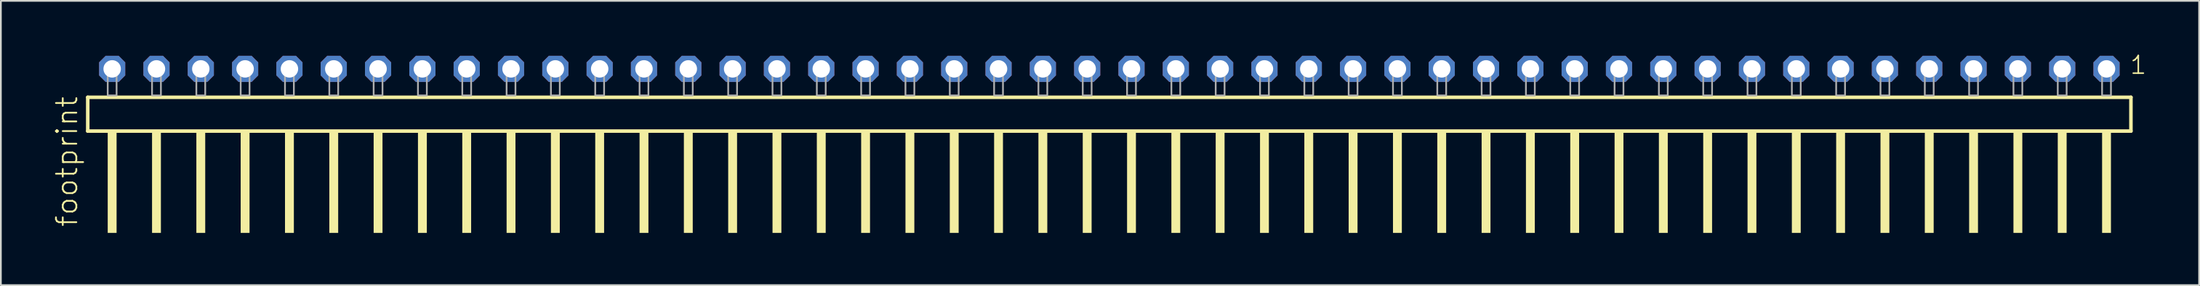
<source format=kicad_pcb>
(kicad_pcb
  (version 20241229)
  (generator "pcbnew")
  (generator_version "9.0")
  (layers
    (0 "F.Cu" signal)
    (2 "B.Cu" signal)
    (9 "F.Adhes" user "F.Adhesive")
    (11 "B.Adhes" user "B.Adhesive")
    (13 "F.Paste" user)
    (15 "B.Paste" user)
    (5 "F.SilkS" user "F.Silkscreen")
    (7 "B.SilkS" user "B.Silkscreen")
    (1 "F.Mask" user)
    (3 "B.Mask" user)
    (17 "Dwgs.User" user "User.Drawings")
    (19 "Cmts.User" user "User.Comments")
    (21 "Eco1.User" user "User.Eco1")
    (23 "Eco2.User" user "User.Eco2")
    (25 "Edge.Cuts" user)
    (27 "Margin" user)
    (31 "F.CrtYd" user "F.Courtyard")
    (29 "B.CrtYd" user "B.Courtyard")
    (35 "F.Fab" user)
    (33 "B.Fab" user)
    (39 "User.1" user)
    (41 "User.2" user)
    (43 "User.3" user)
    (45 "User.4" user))
  (footprint "footprint"
    (layer "F.Cu")
    (at 60.528 2.428)
    (property "Reference" "footprint" (at -59.055 7.62 90) (layer "F.SilkS") (effects (font (size 1.168 1.168) (thickness 0.102)) (justify left bottom)))
    (fp_line (start -58.549 0.106) (end -58.549 2.046) (stroke (width 0.203) (type solid)) (layer "F.SilkS"))
    (fp_line (start -58.549 2.046) (end 58.549 2.046) (stroke (width 0.203) (type solid)) (layer "F.SilkS"))
    (fp_line (start 58.549 0.106) (end -58.549 0.106) (stroke (width 0.203) (type solid)) (layer "F.SilkS"))
    (fp_line (start 58.549 2.046) (end 58.549 0.106) (stroke (width 0.203) (type solid)) (layer "F.SilkS"))
    (fp_poly (pts (xy -57.404 7.89) (xy -56.896 7.89) (xy -56.896 2.04) (xy -57.404 2.04)) (stroke (width 0) (type solid)) (fill yes) (layer "F.SilkS"))
    (fp_poly (pts (xy -54.864 7.89) (xy -54.356 7.89) (xy -54.356 2.04) (xy -54.864 2.04)) (stroke (width 0) (type solid)) (fill yes) (layer "F.SilkS"))
    (fp_poly (pts (xy -52.324 7.89) (xy -51.816 7.89) (xy -51.816 2.04) (xy -52.324 2.04)) (stroke (width 0) (type solid)) (fill yes) (layer "F.SilkS"))
    (fp_poly (pts (xy -49.784 7.89) (xy -49.276 7.89) (xy -49.276 2.04) (xy -49.784 2.04)) (stroke (width 0) (type solid)) (fill yes) (layer "F.SilkS"))
    (fp_poly (pts (xy -47.244 7.89) (xy -46.736 7.89) (xy -46.736 2.04) (xy -47.244 2.04)) (stroke (width 0) (type solid)) (fill yes) (layer "F.SilkS"))
    (fp_poly (pts (xy -44.704 7.89) (xy -44.196 7.89) (xy -44.196 2.04) (xy -44.704 2.04)) (stroke (width 0) (type solid)) (fill yes) (layer "F.SilkS"))
    (fp_poly (pts (xy -42.164 7.89) (xy -41.656 7.89) (xy -41.656 2.04) (xy -42.164 2.04)) (stroke (width 0) (type solid)) (fill yes) (layer "F.SilkS"))
    (fp_poly (pts (xy -39.624 7.89) (xy -39.116 7.89) (xy -39.116 2.04) (xy -39.624 2.04)) (stroke (width 0) (type solid)) (fill yes) (layer "F.SilkS"))
    (fp_poly (pts (xy -37.084 7.89) (xy -36.576 7.89) (xy -36.576 2.04) (xy -37.084 2.04)) (stroke (width 0) (type solid)) (fill yes) (layer "F.SilkS"))
    (fp_poly (pts (xy -34.544 7.89) (xy -34.036 7.89) (xy -34.036 2.04) (xy -34.544 2.04)) (stroke (width 0) (type solid)) (fill yes) (layer "F.SilkS"))
    (fp_poly (pts (xy -32.004 7.89) (xy -31.496 7.89) (xy -31.496 2.04) (xy -32.004 2.04)) (stroke (width 0) (type solid)) (fill yes) (layer "F.SilkS"))
    (fp_poly (pts (xy -29.464 7.89) (xy -28.956 7.89) (xy -28.956 2.04) (xy -29.464 2.04)) (stroke (width 0) (type solid)) (fill yes) (layer "F.SilkS"))
    (fp_poly (pts (xy -26.924 7.89) (xy -26.416 7.89) (xy -26.416 2.04) (xy -26.924 2.04)) (stroke (width 0) (type solid)) (fill yes) (layer "F.SilkS"))
    (fp_poly (pts (xy -24.384 7.89) (xy -23.876 7.89) (xy -23.876 2.04) (xy -24.384 2.04)) (stroke (width 0) (type solid)) (fill yes) (layer "F.SilkS"))
    (fp_poly (pts (xy -21.844 7.89) (xy -21.336 7.89) (xy -21.336 2.04) (xy -21.844 2.04)) (stroke (width 0) (type solid)) (fill yes) (layer "F.SilkS"))
    (fp_poly (pts (xy -19.304 7.89) (xy -18.796 7.89) (xy -18.796 2.04) (xy -19.304 2.04)) (stroke (width 0) (type solid)) (fill yes) (layer "F.SilkS"))
    (fp_poly (pts (xy -16.764 7.89) (xy -16.256 7.89) (xy -16.256 2.04) (xy -16.764 2.04)) (stroke (width 0) (type solid)) (fill yes) (layer "F.SilkS"))
    (fp_poly (pts (xy -14.224 7.89) (xy -13.716 7.89) (xy -13.716 2.04) (xy -14.224 2.04)) (stroke (width 0) (type solid)) (fill yes) (layer "F.SilkS"))
    (fp_poly (pts (xy -11.684 7.89) (xy -11.176 7.89) (xy -11.176 2.04) (xy -11.684 2.04)) (stroke (width 0) (type solid)) (fill yes) (layer "F.SilkS"))
    (fp_poly (pts (xy -9.144 7.89) (xy -8.636 7.89) (xy -8.636 2.04) (xy -9.144 2.04)) (stroke (width 0) (type solid)) (fill yes) (layer "F.SilkS"))
    (fp_poly (pts (xy -6.604 7.89) (xy -6.096 7.89) (xy -6.096 2.04) (xy -6.604 2.04)) (stroke (width 0) (type solid)) (fill yes) (layer "F.SilkS"))
    (fp_poly (pts (xy -4.064 7.89) (xy -3.556 7.89) (xy -3.556 2.04) (xy -4.064 2.04)) (stroke (width 0) (type solid)) (fill yes) (layer "F.SilkS"))
    (fp_poly (pts (xy -1.524 7.89) (xy -1.016 7.89) (xy -1.016 2.04) (xy -1.524 2.04)) (stroke (width 0) (type solid)) (fill yes) (layer "F.SilkS"))
    (fp_poly (pts (xy 1.016 7.89) (xy 1.524 7.89) (xy 1.524 2.04) (xy 1.016 2.04)) (stroke (width 0) (type solid)) (fill yes) (layer "F.SilkS"))
    (fp_poly (pts (xy 3.556 7.89) (xy 4.064 7.89) (xy 4.064 2.04) (xy 3.556 2.04)) (stroke (width 0) (type solid)) (fill yes) (layer "F.SilkS"))
    (fp_poly (pts (xy 6.096 7.89) (xy 6.604 7.89) (xy 6.604 2.04) (xy 6.096 2.04)) (stroke (width 0) (type solid)) (fill yes) (layer "F.SilkS"))
    (fp_poly (pts (xy 8.636 7.89) (xy 9.144 7.89) (xy 9.144 2.04) (xy 8.636 2.04)) (stroke (width 0) (type solid)) (fill yes) (layer "F.SilkS"))
    (fp_poly (pts (xy 11.176 7.89) (xy 11.684 7.89) (xy 11.684 2.04) (xy 11.176 2.04)) (stroke (width 0) (type solid)) (fill yes) (layer "F.SilkS"))
    (fp_poly (pts (xy 13.716 7.89) (xy 14.224 7.89) (xy 14.224 2.04) (xy 13.716 2.04)) (stroke (width 0) (type solid)) (fill yes) (layer "F.SilkS"))
    (fp_poly (pts (xy 16.256 7.89) (xy 16.764 7.89) (xy 16.764 2.04) (xy 16.256 2.04)) (stroke (width 0) (type solid)) (fill yes) (layer "F.SilkS"))
    (fp_poly (pts (xy 18.796 7.89) (xy 19.304 7.89) (xy 19.304 2.04) (xy 18.796 2.04)) (stroke (width 0) (type solid)) (fill yes) (layer "F.SilkS"))
    (fp_poly (pts (xy 21.336 7.89) (xy 21.844 7.89) (xy 21.844 2.04) (xy 21.336 2.04)) (stroke (width 0) (type solid)) (fill yes) (layer "F.SilkS"))
    (fp_poly (pts (xy 23.876 7.89) (xy 24.384 7.89) (xy 24.384 2.04) (xy 23.876 2.04)) (stroke (width 0) (type solid)) (fill yes) (layer "F.SilkS"))
    (fp_poly (pts (xy 26.416 7.89) (xy 26.924 7.89) (xy 26.924 2.04) (xy 26.416 2.04)) (stroke (width 0) (type solid)) (fill yes) (layer "F.SilkS"))
    (fp_poly (pts (xy 28.956 7.89) (xy 29.464 7.89) (xy 29.464 2.04) (xy 28.956 2.04)) (stroke (width 0) (type solid)) (fill yes) (layer "F.SilkS"))
    (fp_poly (pts (xy 31.496 7.89) (xy 32.004 7.89) (xy 32.004 2.04) (xy 31.496 2.04)) (stroke (width 0) (type solid)) (fill yes) (layer "F.SilkS"))
    (fp_poly (pts (xy 34.036 7.89) (xy 34.544 7.89) (xy 34.544 2.04) (xy 34.036 2.04)) (stroke (width 0) (type solid)) (fill yes) (layer "F.SilkS"))
    (fp_poly (pts (xy 36.576 7.89) (xy 37.084 7.89) (xy 37.084 2.04) (xy 36.576 2.04)) (stroke (width 0) (type solid)) (fill yes) (layer "F.SilkS"))
    (fp_poly (pts (xy 39.116 7.89) (xy 39.624 7.89) (xy 39.624 2.04) (xy 39.116 2.04)) (stroke (width 0) (type solid)) (fill yes) (layer "F.SilkS"))
    (fp_poly (pts (xy 41.656 7.89) (xy 42.164 7.89) (xy 42.164 2.04) (xy 41.656 2.04)) (stroke (width 0) (type solid)) (fill yes) (layer "F.SilkS"))
    (fp_poly (pts (xy 44.196 7.89) (xy 44.704 7.89) (xy 44.704 2.04) (xy 44.196 2.04)) (stroke (width 0) (type solid)) (fill yes) (layer "F.SilkS"))
    (fp_poly (pts (xy 46.736 7.89) (xy 47.244 7.89) (xy 47.244 2.04) (xy 46.736 2.04)) (stroke (width 0) (type solid)) (fill yes) (layer "F.SilkS"))
    (fp_poly (pts (xy 49.276 7.89) (xy 49.784 7.89) (xy 49.784 2.04) (xy 49.276 2.04)) (stroke (width 0) (type solid)) (fill yes) (layer "F.SilkS"))
    (fp_poly (pts (xy 51.816 7.89) (xy 52.324 7.89) (xy 52.324 2.04) (xy 51.816 2.04)) (stroke (width 0) (type solid)) (fill yes) (layer "F.SilkS"))
    (fp_poly (pts (xy 54.356 7.89) (xy 54.864 7.89) (xy 54.864 2.04) (xy 54.356 2.04)) (stroke (width 0) (type solid)) (fill yes) (layer "F.SilkS"))
    (fp_poly (pts (xy 56.896 7.89) (xy 57.404 7.89) (xy 57.404 2.04) (xy 56.896 2.04)) (stroke (width 0) (type solid)) (fill yes) (layer "F.SilkS"))
    (fp_poly (pts (xy -57.404 0) (xy -56.896 0) (xy -56.896 -1.778) (xy -57.404 -1.778)) (stroke (width 0.1) (type solid)) (fill no) (layer "F.Fab"))
    (fp_poly (pts (xy -54.864 0) (xy -54.356 0) (xy -54.356 -1.778) (xy -54.864 -1.778)) (stroke (width 0.1) (type solid)) (fill no) (layer "F.Fab"))
    (fp_poly (pts (xy -52.324 0) (xy -51.816 0) (xy -51.816 -1.778) (xy -52.324 -1.778)) (stroke (width 0.1) (type solid)) (fill no) (layer "F.Fab"))
    (fp_poly (pts (xy -49.784 0) (xy -49.276 0) (xy -49.276 -1.778) (xy -49.784 -1.778)) (stroke (width 0.1) (type solid)) (fill no) (layer "F.Fab"))
    (fp_poly (pts (xy -47.244 0) (xy -46.736 0) (xy -46.736 -1.778) (xy -47.244 -1.778)) (stroke (width 0.1) (type solid)) (fill no) (layer "F.Fab"))
    (fp_poly (pts (xy -44.704 0) (xy -44.196 0) (xy -44.196 -1.778) (xy -44.704 -1.778)) (stroke (width 0.1) (type solid)) (fill no) (layer "F.Fab"))
    (fp_poly (pts (xy -42.164 0) (xy -41.656 0) (xy -41.656 -1.778) (xy -42.164 -1.778)) (stroke (width 0.1) (type solid)) (fill no) (layer "F.Fab"))
    (fp_poly (pts (xy -39.624 0) (xy -39.116 0) (xy -39.116 -1.778) (xy -39.624 -1.778)) (stroke (width 0.1) (type solid)) (fill no) (layer "F.Fab"))
    (fp_poly (pts (xy -37.084 0) (xy -36.576 0) (xy -36.576 -1.778) (xy -37.084 -1.778)) (stroke (width 0.1) (type solid)) (fill no) (layer "F.Fab"))
    (fp_poly (pts (xy -34.544 0) (xy -34.036 0) (xy -34.036 -1.778) (xy -34.544 -1.778)) (stroke (width 0.1) (type solid)) (fill no) (layer "F.Fab"))
    (fp_poly (pts (xy -32.004 0) (xy -31.496 0) (xy -31.496 -1.778) (xy -32.004 -1.778)) (stroke (width 0.1) (type solid)) (fill no) (layer "F.Fab"))
    (fp_poly (pts (xy -29.464 0) (xy -28.956 0) (xy -28.956 -1.778) (xy -29.464 -1.778)) (stroke (width 0.1) (type solid)) (fill no) (layer "F.Fab"))
    (fp_poly (pts (xy -26.924 0) (xy -26.416 0) (xy -26.416 -1.778) (xy -26.924 -1.778)) (stroke (width 0.1) (type solid)) (fill no) (layer "F.Fab"))
    (fp_poly (pts (xy -24.384 0) (xy -23.876 0) (xy -23.876 -1.778) (xy -24.384 -1.778)) (stroke (width 0.1) (type solid)) (fill no) (layer "F.Fab"))
    (fp_poly (pts (xy -21.844 0) (xy -21.336 0) (xy -21.336 -1.778) (xy -21.844 -1.778)) (stroke (width 0.1) (type solid)) (fill no) (layer "F.Fab"))
    (fp_poly (pts (xy -19.304 0) (xy -18.796 0) (xy -18.796 -1.778) (xy -19.304 -1.778)) (stroke (width 0.1) (type solid)) (fill no) (layer "F.Fab"))
    (fp_poly (pts (xy -16.764 0) (xy -16.256 0) (xy -16.256 -1.778) (xy -16.764 -1.778)) (stroke (width 0.1) (type solid)) (fill no) (layer "F.Fab"))
    (fp_poly (pts (xy -14.224 0) (xy -13.716 0) (xy -13.716 -1.778) (xy -14.224 -1.778)) (stroke (width 0.1) (type solid)) (fill no) (layer "F.Fab"))
    (fp_poly (pts (xy -11.684 0) (xy -11.176 0) (xy -11.176 -1.778) (xy -11.684 -1.778)) (stroke (width 0.1) (type solid)) (fill no) (layer "F.Fab"))
    (fp_poly (pts (xy -9.144 0) (xy -8.636 0) (xy -8.636 -1.778) (xy -9.144 -1.778)) (stroke (width 0.1) (type solid)) (fill no) (layer "F.Fab"))
    (fp_poly (pts (xy -6.604 0) (xy -6.096 0) (xy -6.096 -1.778) (xy -6.604 -1.778)) (stroke (width 0.1) (type solid)) (fill no) (layer "F.Fab"))
    (fp_poly (pts (xy -4.064 0) (xy -3.556 0) (xy -3.556 -1.778) (xy -4.064 -1.778)) (stroke (width 0.1) (type solid)) (fill no) (layer "F.Fab"))
    (fp_poly (pts (xy -1.524 0) (xy -1.016 0) (xy -1.016 -1.778) (xy -1.524 -1.778)) (stroke (width 0.1) (type solid)) (fill no) (layer "F.Fab"))
    (fp_poly (pts (xy 1.016 0) (xy 1.524 0) (xy 1.524 -1.778) (xy 1.016 -1.778)) (stroke (width 0.1) (type solid)) (fill no) (layer "F.Fab"))
    (fp_poly (pts (xy 3.556 0) (xy 4.064 0) (xy 4.064 -1.778) (xy 3.556 -1.778)) (stroke (width 0.1) (type solid)) (fill no) (layer "F.Fab"))
    (fp_poly (pts (xy 6.096 0) (xy 6.604 0) (xy 6.604 -1.778) (xy 6.096 -1.778)) (stroke (width 0.1) (type solid)) (fill no) (layer "F.Fab"))
    (fp_poly (pts (xy 8.636 0) (xy 9.144 0) (xy 9.144 -1.778) (xy 8.636 -1.778)) (stroke (width 0.1) (type solid)) (fill no) (layer "F.Fab"))
    (fp_poly (pts (xy 11.176 0) (xy 11.684 0) (xy 11.684 -1.778) (xy 11.176 -1.778)) (stroke (width 0.1) (type solid)) (fill no) (layer "F.Fab"))
    (fp_poly (pts (xy 13.716 0) (xy 14.224 0) (xy 14.224 -1.778) (xy 13.716 -1.778)) (stroke (width 0.1) (type solid)) (fill no) (layer "F.Fab"))
    (fp_poly (pts (xy 16.256 0) (xy 16.764 0) (xy 16.764 -1.778) (xy 16.256 -1.778)) (stroke (width 0.1) (type solid)) (fill no) (layer "F.Fab"))
    (fp_poly (pts (xy 18.796 0) (xy 19.304 0) (xy 19.304 -1.778) (xy 18.796 -1.778)) (stroke (width 0.1) (type solid)) (fill no) (layer "F.Fab"))
    (fp_poly (pts (xy 21.336 0) (xy 21.844 0) (xy 21.844 -1.778) (xy 21.336 -1.778)) (stroke (width 0.1) (type solid)) (fill no) (layer "F.Fab"))
    (fp_poly (pts (xy 23.876 0) (xy 24.384 0) (xy 24.384 -1.778) (xy 23.876 -1.778)) (stroke (width 0.1) (type solid)) (fill no) (layer "F.Fab"))
    (fp_poly (pts (xy 26.416 0) (xy 26.924 0) (xy 26.924 -1.778) (xy 26.416 -1.778)) (stroke (width 0.1) (type solid)) (fill no) (layer "F.Fab"))
    (fp_poly (pts (xy 28.956 0) (xy 29.464 0) (xy 29.464 -1.778) (xy 28.956 -1.778)) (stroke (width 0.1) (type solid)) (fill no) (layer "F.Fab"))
    (fp_poly (pts (xy 31.496 0) (xy 32.004 0) (xy 32.004 -1.778) (xy 31.496 -1.778)) (stroke (width 0.1) (type solid)) (fill no) (layer "F.Fab"))
    (fp_poly (pts (xy 34.036 0) (xy 34.544 0) (xy 34.544 -1.778) (xy 34.036 -1.778)) (stroke (width 0.1) (type solid)) (fill no) (layer "F.Fab"))
    (fp_poly (pts (xy 36.576 0) (xy 37.084 0) (xy 37.084 -1.778) (xy 36.576 -1.778)) (stroke (width 0.1) (type solid)) (fill no) (layer "F.Fab"))
    (fp_poly (pts (xy 39.116 0) (xy 39.624 0) (xy 39.624 -1.778) (xy 39.116 -1.778)) (stroke (width 0.1) (type solid)) (fill no) (layer "F.Fab"))
    (fp_poly (pts (xy 41.656 0) (xy 42.164 0) (xy 42.164 -1.778) (xy 41.656 -1.778)) (stroke (width 0.1) (type solid)) (fill no) (layer "F.Fab"))
    (fp_poly (pts (xy 44.196 0) (xy 44.704 0) (xy 44.704 -1.778) (xy 44.196 -1.778)) (stroke (width 0.1) (type solid)) (fill no) (layer "F.Fab"))
    (fp_poly (pts (xy 46.736 0) (xy 47.244 0) (xy 47.244 -1.778) (xy 46.736 -1.778)) (stroke (width 0.1) (type solid)) (fill no) (layer "F.Fab"))
    (fp_poly (pts (xy 49.276 0) (xy 49.784 0) (xy 49.784 -1.778) (xy 49.276 -1.778)) (stroke (width 0.1) (type solid)) (fill no) (layer "F.Fab"))
    (fp_poly (pts (xy 51.816 0) (xy 52.324 0) (xy 52.324 -1.778) (xy 51.816 -1.778)) (stroke (width 0.1) (type solid)) (fill no) (layer "F.Fab"))
    (fp_poly (pts (xy 54.356 0) (xy 54.864 0) (xy 54.864 -1.778) (xy 54.356 -1.778)) (stroke (width 0.1) (type solid)) (fill no) (layer "F.Fab"))
    (fp_poly (pts (xy 56.896 0) (xy 57.404 0) (xy 57.404 -1.778) (xy 56.896 -1.778)) (stroke (width 0.1) (type solid)) (fill no) (layer "F.Fab"))
    (fp_text user "1" (at 58.432 -1.152 0) (layer "F.SilkS") (effects (font (size 1.012 1.012) (thickness 0.088)) (justify left bottom)))
    (pad "1" thru_hole roundrect (at 57.15 -1.524 180) (size 1.5 1.5) (drill 1) (layers "*.Cu" "*.Mask") (roundrect_rratio 0.25) (chamfer_ratio 0.25) (chamfer top_left top_right bottom_left bottom_right))
    (pad "2" thru_hole roundrect (at 54.61 -1.524 180) (size 1.5 1.5) (drill 1) (layers "*.Cu" "*.Mask") (roundrect_rratio 0.25) (chamfer_ratio 0.25) (chamfer top_left top_right bottom_left bottom_right))
    (pad "3" thru_hole roundrect (at 52.07 -1.524 180) (size 1.5 1.5) (drill 1) (layers "*.Cu" "*.Mask") (roundrect_rratio 0.25) (chamfer_ratio 0.25) (chamfer top_left top_right bottom_left bottom_right))
    (pad "4" thru_hole roundrect (at 49.53 -1.524 180) (size 1.5 1.5) (drill 1) (layers "*.Cu" "*.Mask") (roundrect_rratio 0.25) (chamfer_ratio 0.25) (chamfer top_left top_right bottom_left bottom_right))
    (pad "5" thru_hole roundrect (at 46.99 -1.524 180) (size 1.5 1.5) (drill 1) (layers "*.Cu" "*.Mask") (roundrect_rratio 0.25) (chamfer_ratio 0.25) (chamfer top_left top_right bottom_left bottom_right))
    (pad "6" thru_hole roundrect (at 44.45 -1.524 180) (size 1.5 1.5) (drill 1) (layers "*.Cu" "*.Mask") (roundrect_rratio 0.25) (chamfer_ratio 0.25) (chamfer top_left top_right bottom_left bottom_right))
    (pad "7" thru_hole roundrect (at 41.91 -1.524 180) (size 1.5 1.5) (drill 1) (layers "*.Cu" "*.Mask") (roundrect_rratio 0.25) (chamfer_ratio 0.25) (chamfer top_left top_right bottom_left bottom_right))
    (pad "8" thru_hole roundrect (at 39.37 -1.524 180) (size 1.5 1.5) (drill 1) (layers "*.Cu" "*.Mask") (roundrect_rratio 0.25) (chamfer_ratio 0.25) (chamfer top_left top_right bottom_left bottom_right))
    (pad "9" thru_hole roundrect (at 36.83 -1.524 180) (size 1.5 1.5) (drill 1) (layers "*.Cu" "*.Mask") (roundrect_rratio 0.25) (chamfer_ratio 0.25) (chamfer top_left top_right bottom_left bottom_right))
    (pad "10" thru_hole roundrect (at 34.29 -1.524 180) (size 1.5 1.5) (drill 1) (layers "*.Cu" "*.Mask") (roundrect_rratio 0.25) (chamfer_ratio 0.25) (chamfer top_left top_right bottom_left bottom_right))
    (pad "11" thru_hole roundrect (at 31.75 -1.524 180) (size 1.5 1.5) (drill 1) (layers "*.Cu" "*.Mask") (roundrect_rratio 0.25) (chamfer_ratio 0.25) (chamfer top_left top_right bottom_left bottom_right))
    (pad "12" thru_hole roundrect (at 29.21 -1.524 180) (size 1.5 1.5) (drill 1) (layers "*.Cu" "*.Mask") (roundrect_rratio 0.25) (chamfer_ratio 0.25) (chamfer top_left top_right bottom_left bottom_right))
    (pad "13" thru_hole roundrect (at 26.67 -1.524 180) (size 1.5 1.5) (drill 1) (layers "*.Cu" "*.Mask") (roundrect_rratio 0.25) (chamfer_ratio 0.25) (chamfer top_left top_right bottom_left bottom_right))
    (pad "14" thru_hole roundrect (at 24.13 -1.524 180) (size 1.5 1.5) (drill 1) (layers "*.Cu" "*.Mask") (roundrect_rratio 0.25) (chamfer_ratio 0.25) (chamfer top_left top_right bottom_left bottom_right))
    (pad "15" thru_hole roundrect (at 21.59 -1.524 180) (size 1.5 1.5) (drill 1) (layers "*.Cu" "*.Mask") (roundrect_rratio 0.25) (chamfer_ratio 0.25) (chamfer top_left top_right bottom_left bottom_right))
    (pad "16" thru_hole roundrect (at 19.05 -1.524 180) (size 1.5 1.5) (drill 1) (layers "*.Cu" "*.Mask") (roundrect_rratio 0.25) (chamfer_ratio 0.25) (chamfer top_left top_right bottom_left bottom_right))
    (pad "17" thru_hole roundrect (at 16.51 -1.524 180) (size 1.5 1.5) (drill 1) (layers "*.Cu" "*.Mask") (roundrect_rratio 0.25) (chamfer_ratio 0.25) (chamfer top_left top_right bottom_left bottom_right))
    (pad "18" thru_hole roundrect (at 13.97 -1.524 180) (size 1.5 1.5) (drill 1) (layers "*.Cu" "*.Mask") (roundrect_rratio 0.25) (chamfer_ratio 0.25) (chamfer top_left top_right bottom_left bottom_right))
    (pad "19" thru_hole roundrect (at 11.43 -1.524 180) (size 1.5 1.5) (drill 1) (layers "*.Cu" "*.Mask") (roundrect_rratio 0.25) (chamfer_ratio 0.25) (chamfer top_left top_right bottom_left bottom_right))
    (pad "20" thru_hole roundrect (at 8.89 -1.524 180) (size 1.5 1.5) (drill 1) (layers "*.Cu" "*.Mask") (roundrect_rratio 0.25) (chamfer_ratio 0.25) (chamfer top_left top_right bottom_left bottom_right))
    (pad "21" thru_hole roundrect (at 6.35 -1.524 180) (size 1.5 1.5) (drill 1) (layers "*.Cu" "*.Mask") (roundrect_rratio 0.25) (chamfer_ratio 0.25) (chamfer top_left top_right bottom_left bottom_right))
    (pad "22" thru_hole roundrect (at 3.81 -1.524 180) (size 1.5 1.5) (drill 1) (layers "*.Cu" "*.Mask") (roundrect_rratio 0.25) (chamfer_ratio 0.25) (chamfer top_left top_right bottom_left bottom_right))
    (pad "23" thru_hole roundrect (at 1.27 -1.524 180) (size 1.5 1.5) (drill 1) (layers "*.Cu" "*.Mask") (roundrect_rratio 0.25) (chamfer_ratio 0.25) (chamfer top_left top_right bottom_left bottom_right))
    (pad "24" thru_hole roundrect (at -1.27 -1.524 180) (size 1.5 1.5) (drill 1) (layers "*.Cu" "*.Mask") (roundrect_rratio 0.25) (chamfer_ratio 0.25) (chamfer top_left top_right bottom_left bottom_right))
    (pad "25" thru_hole roundrect (at -3.81 -1.524 180) (size 1.5 1.5) (drill 1) (layers "*.Cu" "*.Mask") (roundrect_rratio 0.25) (chamfer_ratio 0.25) (chamfer top_left top_right bottom_left bottom_right))
    (pad "26" thru_hole roundrect (at -6.35 -1.524 180) (size 1.5 1.5) (drill 1) (layers "*.Cu" "*.Mask") (roundrect_rratio 0.25) (chamfer_ratio 0.25) (chamfer top_left top_right bottom_left bottom_right))
    (pad "27" thru_hole roundrect (at -8.89 -1.524 180) (size 1.5 1.5) (drill 1) (layers "*.Cu" "*.Mask") (roundrect_rratio 0.25) (chamfer_ratio 0.25) (chamfer top_left top_right bottom_left bottom_right))
    (pad "28" thru_hole roundrect (at -11.43 -1.524 180) (size 1.5 1.5) (drill 1) (layers "*.Cu" "*.Mask") (roundrect_rratio 0.25) (chamfer_ratio 0.25) (chamfer top_left top_right bottom_left bottom_right))
    (pad "29" thru_hole roundrect (at -13.97 -1.524 180) (size 1.5 1.5) (drill 1) (layers "*.Cu" "*.Mask") (roundrect_rratio 0.25) (chamfer_ratio 0.25) (chamfer top_left top_right bottom_left bottom_right))
    (pad "30" thru_hole roundrect (at -16.51 -1.524 180) (size 1.5 1.5) (drill 1) (layers "*.Cu" "*.Mask") (roundrect_rratio 0.25) (chamfer_ratio 0.25) (chamfer top_left top_right bottom_left bottom_right))
    (pad "31" thru_hole roundrect (at -19.05 -1.524 180) (size 1.5 1.5) (drill 1) (layers "*.Cu" "*.Mask") (roundrect_rratio 0.25) (chamfer_ratio 0.25) (chamfer top_left top_right bottom_left bottom_right))
    (pad "32" thru_hole roundrect (at -21.59 -1.524 180) (size 1.5 1.5) (drill 1) (layers "*.Cu" "*.Mask") (roundrect_rratio 0.25) (chamfer_ratio 0.25) (chamfer top_left top_right bottom_left bottom_right))
    (pad "33" thru_hole roundrect (at -24.13 -1.524 180) (size 1.5 1.5) (drill 1) (layers "*.Cu" "*.Mask") (roundrect_rratio 0.25) (chamfer_ratio 0.25) (chamfer top_left top_right bottom_left bottom_right))
    (pad "34" thru_hole roundrect (at -26.67 -1.524 180) (size 1.5 1.5) (drill 1) (layers "*.Cu" "*.Mask") (roundrect_rratio 0.25) (chamfer_ratio 0.25) (chamfer top_left top_right bottom_left bottom_right))
    (pad "35" thru_hole roundrect (at -29.21 -1.524 180) (size 1.5 1.5) (drill 1) (layers "*.Cu" "*.Mask") (roundrect_rratio 0.25) (chamfer_ratio 0.25) (chamfer top_left top_right bottom_left bottom_right))
    (pad "36" thru_hole roundrect (at -31.75 -1.524 180) (size 1.5 1.5) (drill 1) (layers "*.Cu" "*.Mask") (roundrect_rratio 0.25) (chamfer_ratio 0.25) (chamfer top_left top_right bottom_left bottom_right))
    (pad "37" thru_hole roundrect (at -34.29 -1.524 180) (size 1.5 1.5) (drill 1) (layers "*.Cu" "*.Mask") (roundrect_rratio 0.25) (chamfer_ratio 0.25) (chamfer top_left top_right bottom_left bottom_right))
    (pad "38" thru_hole roundrect (at -36.83 -1.524 180) (size 1.5 1.5) (drill 1) (layers "*.Cu" "*.Mask") (roundrect_rratio 0.25) (chamfer_ratio 0.25) (chamfer top_left top_right bottom_left bottom_right))
    (pad "39" thru_hole roundrect (at -39.37 -1.524 180) (size 1.5 1.5) (drill 1) (layers "*.Cu" "*.Mask") (roundrect_rratio 0.25) (chamfer_ratio 0.25) (chamfer top_left top_right bottom_left bottom_right))
    (pad "40" thru_hole roundrect (at -41.91 -1.524 180) (size 1.5 1.5) (drill 1) (layers "*.Cu" "*.Mask") (roundrect_rratio 0.25) (chamfer_ratio 0.25) (chamfer top_left top_right bottom_left bottom_right))
    (pad "41" thru_hole roundrect (at -44.45 -1.524 180) (size 1.5 1.5) (drill 1) (layers "*.Cu" "*.Mask") (roundrect_rratio 0.25) (chamfer_ratio 0.25) (chamfer top_left top_right bottom_left bottom_right))
    (pad "42" thru_hole roundrect (at -46.99 -1.524 180) (size 1.5 1.5) (drill 1) (layers "*.Cu" "*.Mask") (roundrect_rratio 0.25) (chamfer_ratio 0.25) (chamfer top_left top_right bottom_left bottom_right))
    (pad "43" thru_hole roundrect (at -49.53 -1.524 180) (size 1.5 1.5) (drill 1) (layers "*.Cu" "*.Mask") (roundrect_rratio 0.25) (chamfer_ratio 0.25) (chamfer top_left top_right bottom_left bottom_right))
    (pad "44" thru_hole roundrect (at -52.07 -1.524 180) (size 1.5 1.5) (drill 1) (layers "*.Cu" "*.Mask") (roundrect_rratio 0.25) (chamfer_ratio 0.25) (chamfer top_left top_right bottom_left bottom_right))
    (pad "45" thru_hole roundrect (at -54.61 -1.524 180) (size 1.5 1.5) (drill 1) (layers "*.Cu" "*.Mask") (roundrect_rratio 0.25) (chamfer_ratio 0.25) (chamfer top_left top_right bottom_left bottom_right))
    (pad "46" thru_hole roundrect (at -57.15 -1.524 180) (size 1.5 1.5) (drill 1) (layers "*.Cu" "*.Mask") (roundrect_rratio 0.25) (chamfer_ratio 0.25) (chamfer top_left top_right bottom_left bottom_right)))
  (gr_rect
    (start -3 -3)
    (end 122.986 13.318)
    (stroke (width 0.1) (type default))
    (fill no)
    (layer "Edge.Cuts")))
</source>
